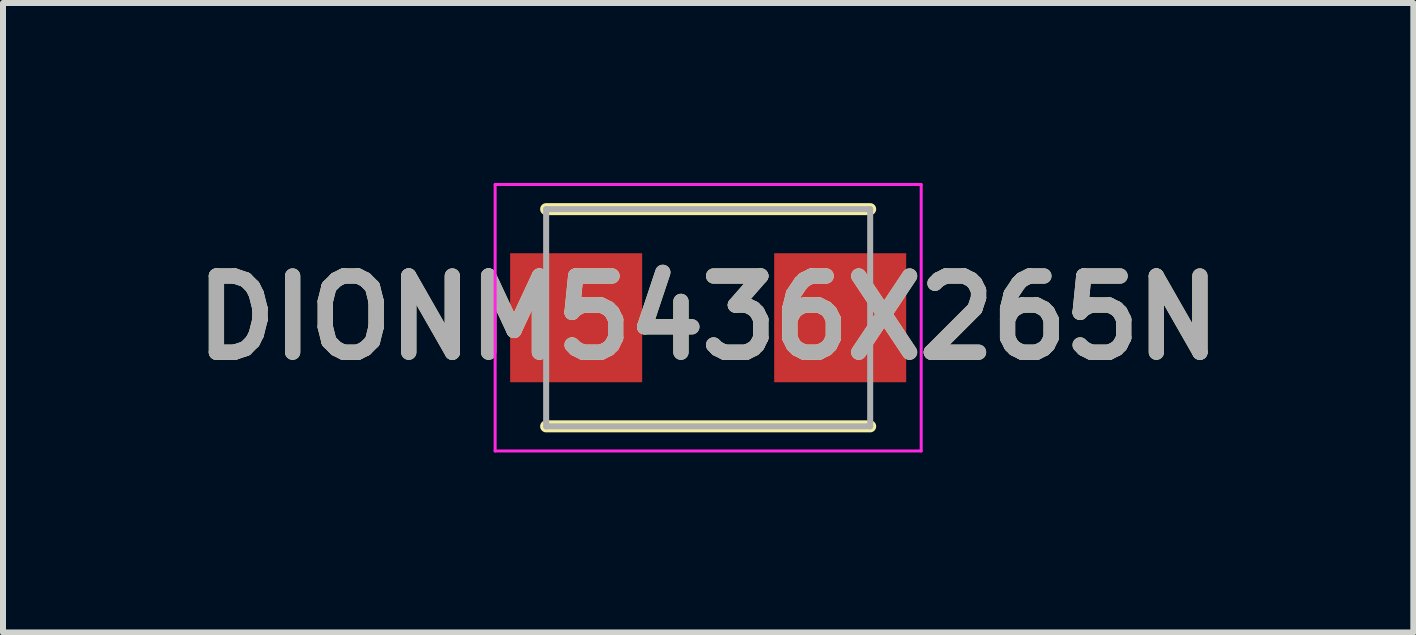
<source format=kicad_pcb>
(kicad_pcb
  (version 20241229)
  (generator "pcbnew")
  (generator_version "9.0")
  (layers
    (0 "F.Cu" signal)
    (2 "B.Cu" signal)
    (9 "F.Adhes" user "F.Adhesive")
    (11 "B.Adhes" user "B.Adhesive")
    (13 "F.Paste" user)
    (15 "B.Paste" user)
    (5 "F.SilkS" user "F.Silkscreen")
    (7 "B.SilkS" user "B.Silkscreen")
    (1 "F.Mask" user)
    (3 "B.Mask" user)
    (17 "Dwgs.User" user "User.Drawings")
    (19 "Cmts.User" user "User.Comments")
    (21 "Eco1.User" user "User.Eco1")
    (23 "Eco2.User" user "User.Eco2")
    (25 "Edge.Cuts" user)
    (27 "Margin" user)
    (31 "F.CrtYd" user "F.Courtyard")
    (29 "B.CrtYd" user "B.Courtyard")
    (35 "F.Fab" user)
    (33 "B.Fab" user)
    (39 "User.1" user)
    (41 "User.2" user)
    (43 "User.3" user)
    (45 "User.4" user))
  (footprint "DIONM5436X265N"
    (layer "F.Cu")
    (at 8.751 2.245)
    (property "Reference" "DIONM5436X265N" (at 0 0 0) (layer "F.SilkS") (effects (font (size 1.27 1.27) (thickness 0.254))))
    (attr smd)
    (fp_line (start -2.7 1.81) (end 2.7 1.81) (stroke (width 0.2) (type solid)) (layer "F.SilkS"))
    (fp_line (start 2.7 -1.81) (end -2.7 -1.81) (stroke (width 0.2) (type solid)) (layer "F.SilkS"))
    (fp_line (start -3.55 -2.22) (end 3.55 -2.22) (stroke (width 0.05) (type solid)) (layer "F.CrtYd"))
    (fp_line (start -3.55 2.22) (end -3.55 -2.22) (stroke (width 0.05) (type solid)) (layer "F.CrtYd"))
    (fp_line (start 3.55 -2.22) (end 3.55 2.22) (stroke (width 0.05) (type solid)) (layer "F.CrtYd"))
    (fp_line (start 3.55 2.22) (end -3.55 2.22) (stroke (width 0.05) (type solid)) (layer "F.CrtYd"))
    (fp_line (start -2.7 -1.81) (end 2.7 -1.81) (stroke (width 0.1) (type solid)) (layer "F.Fab"))
    (fp_line (start -2.7 1.81) (end -2.7 -1.81) (stroke (width 0.1) (type solid)) (layer "F.Fab"))
    (fp_line (start 2.7 -1.81) (end 2.7 1.81) (stroke (width 0.1) (type solid)) (layer "F.Fab"))
    (fp_line (start 2.7 1.81) (end -2.7 1.81) (stroke (width 0.1) (type solid)) (layer "F.Fab"))
    (fp_text user "${REFERENCE}" (at 0 0 0) (layer "F.Fab") (effects (font (size 1.27 1.27) (thickness 0.254))))
    (pad "1" smd rect (at -2.2 0 90) (size 2.15 2.2) (layers "F.Cu" "F.Mask" "F.Paste"))
    (pad "2" smd rect (at 2.2 0 90) (size 2.15 2.2) (layers "F.Cu" "F.Mask" "F.Paste")))
  (gr_rect
    (start -3 -3)
    (end 20.502 7.49)
    (stroke (width 0.1) (type default))
    (fill no)
    (layer "Edge.Cuts")))
</source>
